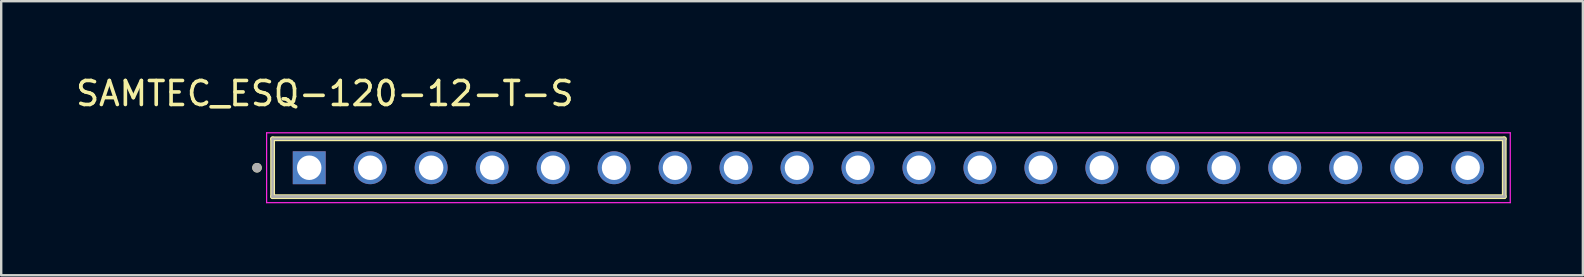
<source format=kicad_pcb>
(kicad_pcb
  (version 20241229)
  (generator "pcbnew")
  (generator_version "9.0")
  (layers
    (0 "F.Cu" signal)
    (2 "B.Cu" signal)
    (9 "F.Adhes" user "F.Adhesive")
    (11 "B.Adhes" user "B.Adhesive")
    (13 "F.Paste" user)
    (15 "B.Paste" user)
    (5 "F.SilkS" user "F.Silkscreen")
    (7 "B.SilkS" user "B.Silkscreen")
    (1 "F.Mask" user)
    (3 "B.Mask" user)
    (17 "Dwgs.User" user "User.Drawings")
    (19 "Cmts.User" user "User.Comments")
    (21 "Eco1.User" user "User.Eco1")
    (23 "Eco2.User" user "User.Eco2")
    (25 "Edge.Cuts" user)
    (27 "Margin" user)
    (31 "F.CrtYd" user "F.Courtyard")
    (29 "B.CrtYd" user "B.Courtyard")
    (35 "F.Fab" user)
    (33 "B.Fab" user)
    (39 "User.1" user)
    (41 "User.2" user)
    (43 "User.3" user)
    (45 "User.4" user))
  (footprint "SAMTEC_ESQ-120-12-T-S"
    (layer "F.Cu")
    (at 9.832 3.938)
    (property "Reference" "SAMTEC_ESQ-120-12-T-S" (at 0.65 -3.09 0) (layer "F.SilkS") (effects (font (size 1 1) (thickness 0.15))))
    (attr through_hole)
    (fp_line (start -1.525 1.205) (end -1.525 -1.205) (stroke (width 0.2) (type solid)) (layer "F.SilkS"))
    (fp_line (start 49.785 -1.205) (end -1.525 -1.205) (stroke (width 0.2) (type solid)) (layer "F.SilkS"))
    (fp_line (start 49.785 -1.205) (end 49.785 1.205) (stroke (width 0.2) (type solid)) (layer "F.SilkS"))
    (fp_line (start 49.785 1.205) (end -1.525 1.205) (stroke (width 0.2) (type solid)) (layer "F.SilkS"))
    (fp_circle (center -2.175 0) (end -2.075 0) (stroke (width 0.2) (type solid)) (fill no) (layer "F.SilkS"))
    (fp_line (start -1.775 -1.455) (end 50.035 -1.455) (stroke (width 0.05) (type solid)) (layer "F.CrtYd"))
    (fp_line (start -1.775 1.455) (end -1.775 -1.455) (stroke (width 0.05) (type solid)) (layer "F.CrtYd"))
    (fp_line (start 50.035 -1.455) (end 50.035 1.455) (stroke (width 0.05) (type solid)) (layer "F.CrtYd"))
    (fp_line (start 50.035 1.455) (end -1.775 1.455) (stroke (width 0.05) (type solid)) (layer "F.CrtYd"))
    (fp_line (start -1.525 -1.205) (end 49.785 -1.205) (stroke (width 0.1) (type solid)) (layer "F.Fab"))
    (fp_line (start -1.525 1.205) (end -1.525 -1.205) (stroke (width 0.1) (type solid)) (layer "F.Fab"))
    (fp_line (start -1.525 1.205) (end -1.525 1.205) (stroke (width 0.1) (type solid)) (layer "F.Fab"))
    (fp_line (start -1.525 1.205) (end 49.785 1.205) (stroke (width 0.1) (type solid)) (layer "F.Fab"))
    (fp_line (start 49.785 -1.205) (end 49.785 1.205) (stroke (width 0.1) (type solid)) (layer "F.Fab"))
    (fp_line (start 49.785 1.205) (end -1.525 1.205) (stroke (width 0.1) (type solid)) (layer "F.Fab"))
    (fp_line (start 49.785 1.205) (end 49.785 1.205) (stroke (width 0.1) (type solid)) (layer "F.Fab"))
    (fp_circle (center -2.175 0) (end -2.075 0) (stroke (width 0.2) (type solid)) (fill no) (layer "F.Fab"))
    (pad "01" thru_hole rect (at 0 0) (size 1.37 1.37) (drill 1.02) (layers "*.Cu" "*.Mask"))
    (pad "02" thru_hole circle (at 2.54 0) (size 1.37 1.37) (drill 1.02) (layers "*.Cu" "*.Mask"))
    (pad "03" thru_hole circle (at 5.08 0) (size 1.37 1.37) (drill 1.02) (layers "*.Cu" "*.Mask"))
    (pad "04" thru_hole circle (at 7.62 0) (size 1.37 1.37) (drill 1.02) (layers "*.Cu" "*.Mask"))
    (pad "05" thru_hole circle (at 10.16 0) (size 1.37 1.37) (drill 1.02) (layers "*.Cu" "*.Mask"))
    (pad "06" thru_hole circle (at 12.7 0) (size 1.37 1.37) (drill 1.02) (layers "*.Cu" "*.Mask"))
    (pad "07" thru_hole circle (at 15.24 0) (size 1.37 1.37) (drill 1.02) (layers "*.Cu" "*.Mask"))
    (pad "08" thru_hole circle (at 17.78 0) (size 1.37 1.37) (drill 1.02) (layers "*.Cu" "*.Mask"))
    (pad "09" thru_hole circle (at 20.32 0) (size 1.37 1.37) (drill 1.02) (layers "*.Cu" "*.Mask"))
    (pad "10" thru_hole circle (at 22.86 0) (size 1.37 1.37) (drill 1.02) (layers "*.Cu" "*.Mask"))
    (pad "11" thru_hole circle (at 25.4 0) (size 1.37 1.37) (drill 1.02) (layers "*.Cu" "*.Mask"))
    (pad "12" thru_hole circle (at 27.94 0) (size 1.37 1.37) (drill 1.02) (layers "*.Cu" "*.Mask"))
    (pad "13" thru_hole circle (at 30.48 0) (size 1.37 1.37) (drill 1.02) (layers "*.Cu" "*.Mask"))
    (pad "14" thru_hole circle (at 33.02 0) (size 1.37 1.37) (drill 1.02) (layers "*.Cu" "*.Mask"))
    (pad "15" thru_hole circle (at 35.56 0) (size 1.37 1.37) (drill 1.02) (layers "*.Cu" "*.Mask"))
    (pad "16" thru_hole circle (at 38.1 0) (size 1.37 1.37) (drill 1.02) (layers "*.Cu" "*.Mask"))
    (pad "17" thru_hole circle (at 40.64 0) (size 1.37 1.37) (drill 1.02) (layers "*.Cu" "*.Mask"))
    (pad "18" thru_hole circle (at 43.18 0) (size 1.37 1.37) (drill 1.02) (layers "*.Cu" "*.Mask"))
    (pad "19" thru_hole circle (at 45.72 0) (size 1.37 1.37) (drill 1.02) (layers "*.Cu" "*.Mask"))
    (pad "20" thru_hole circle (at 48.26 0) (size 1.37 1.37) (drill 1.02) (layers "*.Cu" "*.Mask")))
  (gr_rect
    (start -3 -3)
    (end 62.892 8.418)
    (stroke (width 0.1) (type default))
    (fill no)
    (layer "Edge.Cuts")))
</source>
